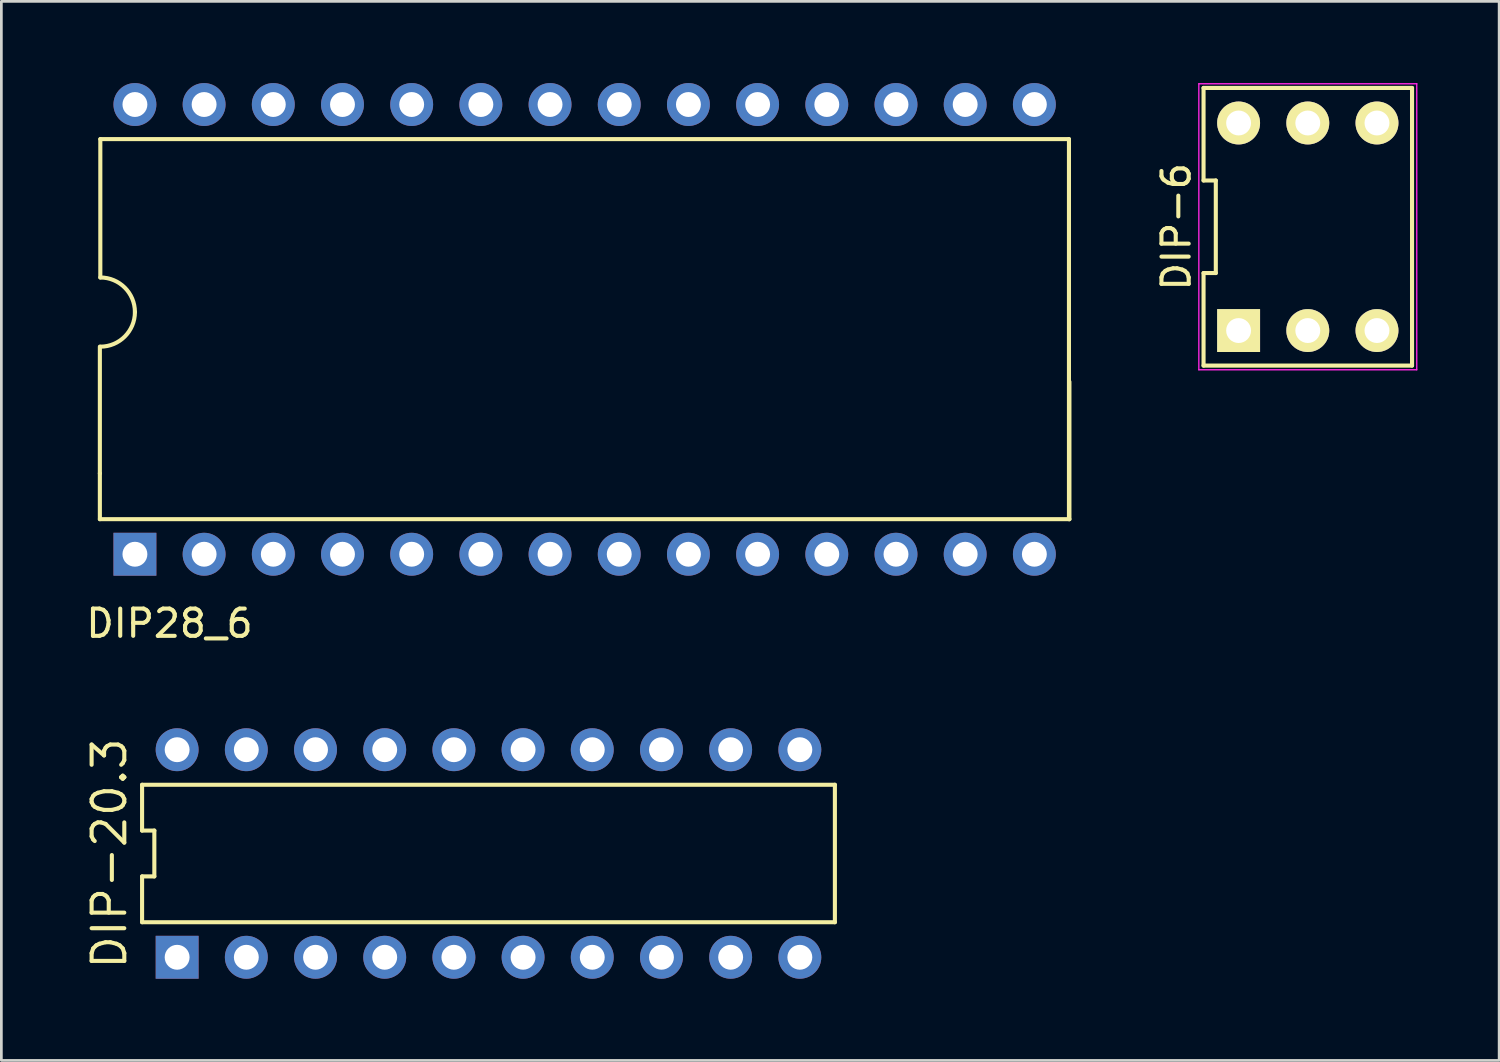
<source format=kicad_pcb>
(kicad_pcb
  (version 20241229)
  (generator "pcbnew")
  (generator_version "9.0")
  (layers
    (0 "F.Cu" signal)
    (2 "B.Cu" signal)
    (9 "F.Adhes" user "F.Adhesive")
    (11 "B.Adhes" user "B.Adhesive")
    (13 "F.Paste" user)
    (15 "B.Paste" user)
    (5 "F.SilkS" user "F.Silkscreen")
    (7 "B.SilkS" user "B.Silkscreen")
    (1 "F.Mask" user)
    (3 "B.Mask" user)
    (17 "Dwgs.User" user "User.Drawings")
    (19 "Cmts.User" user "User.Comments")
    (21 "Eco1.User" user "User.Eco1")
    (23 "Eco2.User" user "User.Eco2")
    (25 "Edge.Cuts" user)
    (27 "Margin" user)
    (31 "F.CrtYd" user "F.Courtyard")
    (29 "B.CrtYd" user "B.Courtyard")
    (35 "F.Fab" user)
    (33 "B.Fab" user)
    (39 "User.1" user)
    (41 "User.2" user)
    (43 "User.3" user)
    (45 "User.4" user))
  (footprint "DIP28_6"
    (layer "F.Cu")
    (at 18.413 8.407)
    (property "Reference" "DIP28_6" (at -15.24 11.43 0) (layer "F.SilkS") (effects (font (size 1 1) (thickness 0.15))))
    (attr through_hole)
    (fp_line (start -17.797 5.921) (end -17.797 1.27) (stroke (width 0.15) (type solid)) (layer "F.SilkS"))
    (fp_line (start -17.797 5.921) (end -17.797 7.603) (stroke (width 0.15) (type solid)) (layer "F.SilkS"))
    (fp_line (start -17.797 7.603) (end 17.797 7.603) (stroke (width 0.15) (type solid)) (layer "F.SilkS"))
    (fp_line (start -17.78 -6.35) (end 17.78 -6.35) (stroke (width 0.15) (type solid)) (layer "F.SilkS"))
    (fp_line (start -17.78 -1.27) (end -17.78 -6.35) (stroke (width 0.15) (type solid)) (layer "F.SilkS"))
    (fp_line (start 17.78 -6.35) (end 17.78 7.603) (stroke (width 0.15) (type solid)) (layer "F.SilkS"))
    (fp_line (start 17.797 7.603) (end 17.797 2.557) (stroke (width 0.15) (type solid)) (layer "F.SilkS"))
    (fp_arc (start -17.78 -1.27) (mid -16.881974 -0.898026) (end -16.51 0) (stroke (width 0.15) (type solid)) (layer "F.SilkS"))
    (fp_arc (start -16.51 0) (mid -16.881974 0.898026) (end -17.78 1.27) (stroke (width 0.15) (type solid)) (layer "F.SilkS"))
    (pad "1" thru_hole rect (at -16.51 8.89) (size 1.575 1.575) (drill 0.914) (layers "*.Cu" "*.Mask"))
    (pad "2" thru_hole circle (at -13.97 8.89) (size 1.575 1.575) (drill 0.914) (layers "*.Cu" "*.Mask"))
    (pad "3" thru_hole circle (at -11.43 8.89) (size 1.575 1.575) (drill 0.914) (layers "*.Cu" "*.Mask"))
    (pad "4" thru_hole circle (at -8.89 8.89) (size 1.575 1.575) (drill 0.914) (layers "*.Cu" "*.Mask"))
    (pad "5" thru_hole circle (at -6.35 8.89) (size 1.575 1.575) (drill 0.914) (layers "*.Cu" "*.Mask"))
    (pad "6" thru_hole circle (at -3.81 8.89) (size 1.575 1.575) (drill 0.914) (layers "*.Cu" "*.Mask"))
    (pad "7" thru_hole circle (at -1.27 8.89) (size 1.575 1.575) (drill 0.914) (layers "*.Cu" "*.Mask"))
    (pad "8" thru_hole circle (at 1.27 8.89) (size 1.575 1.575) (drill 0.914) (layers "*.Cu" "*.Mask"))
    (pad "9" thru_hole circle (at 3.81 8.89) (size 1.575 1.575) (drill 0.914) (layers "*.Cu" "*.Mask"))
    (pad "10" thru_hole circle (at 6.35 8.89) (size 1.575 1.575) (drill 0.914) (layers "*.Cu" "*.Mask"))
    (pad "11" thru_hole circle (at 8.89 8.89) (size 1.575 1.575) (drill 0.914) (layers "*.Cu" "*.Mask"))
    (pad "12" thru_hole circle (at 11.43 8.89) (size 1.575 1.575) (drill 0.914) (layers "*.Cu" "*.Mask"))
    (pad "13" thru_hole circle (at 13.97 8.89) (size 1.575 1.575) (drill 0.914) (layers "*.Cu" "*.Mask"))
    (pad "14" thru_hole circle (at 16.51 8.89) (size 1.575 1.575) (drill 0.914) (layers "*.Cu" "*.Mask"))
    (pad "15" thru_hole circle (at 16.51 -7.62) (size 1.575 1.575) (drill 0.914) (layers "*.Cu" "*.Mask"))
    (pad "16" thru_hole circle (at 13.97 -7.62) (size 1.575 1.575) (drill 0.914) (layers "*.Cu" "*.Mask"))
    (pad "17" thru_hole circle (at 11.43 -7.62) (size 1.575 1.575) (drill 0.914) (layers "*.Cu" "*.Mask"))
    (pad "18" thru_hole circle (at 8.89 -7.62) (size 1.575 1.575) (drill 0.914) (layers "*.Cu" "*.Mask"))
    (pad "19" thru_hole circle (at 6.35 -7.62) (size 1.575 1.575) (drill 0.914) (layers "*.Cu" "*.Mask"))
    (pad "20" thru_hole circle (at 3.81 -7.62) (size 1.575 1.575) (drill 0.914) (layers "*.Cu" "*.Mask"))
    (pad "21" thru_hole circle (at 1.27 -7.62) (size 1.575 1.575) (drill 0.914) (layers "*.Cu" "*.Mask"))
    (pad "22" thru_hole circle (at -1.27 -7.62) (size 1.575 1.575) (drill 0.914) (layers "*.Cu" "*.Mask"))
    (pad "23" thru_hole circle (at -3.81 -7.62) (size 1.575 1.575) (drill 0.914) (layers "*.Cu" "*.Mask"))
    (pad "24" thru_hole circle (at -6.35 -7.62) (size 1.575 1.575) (drill 0.914) (layers "*.Cu" "*.Mask"))
    (pad "25" thru_hole circle (at -8.89 -7.62) (size 1.575 1.575) (drill 0.914) (layers "*.Cu" "*.Mask"))
    (pad "26" thru_hole circle (at -11.43 -7.62) (size 1.575 1.575) (drill 0.914) (layers "*.Cu" "*.Mask"))
    (pad "27" thru_hole circle (at -13.97 -7.62) (size 1.575 1.575) (drill 0.914) (layers "*.Cu" "*.Mask"))
    (pad "28" thru_hole circle (at -16.51 -7.62) (size 1.575 1.575) (drill 0.914) (layers "*.Cu" "*.Mask")))
  (footprint "DIP-6"
    (layer "F.Cu")
    (at 44.961 5.275)
    (property "Reference" "DIP-6" (at -4.827 0 90) (layer "F.SilkS") (effects (font (size 1 1) (thickness 0.15))))
    (attr through_hole)
    (fp_line (start -3.827 -1.699) (end -3.377 -1.699) (stroke (width 0.15) (type solid)) (layer "F.SilkS"))
    (fp_line (start -3.827 1.699) (end -3.827 5.097) (stroke (width 0.15) (type solid)) (layer "F.SilkS"))
    (fp_line (start -3.827 5.097) (end 3.827 5.097) (stroke (width 0.15) (type solid)) (layer "F.SilkS"))
    (fp_line (start -3.827 -5.097) (end -3.827 -1.699) (stroke (width 0.15) (type solid)) (layer "F.SilkS"))
    (fp_line (start -3.377 -1.699) (end -3.377 1.699) (stroke (width 0.15) (type solid)) (layer "F.SilkS"))
    (fp_line (start -3.377 1.699) (end -3.827 1.699) (stroke (width 0.15) (type solid)) (layer "F.SilkS"))
    (fp_line (start 3.827 5.097) (end 3.827 -5.097) (stroke (width 0.15) (type solid)) (layer "F.SilkS"))
    (fp_line (start 3.827 -5.097) (end -3.827 -5.097) (stroke (width 0.15) (type solid)) (layer "F.SilkS"))
    (fp_line (start -4 -5.25) (end 4 -5.25) (stroke (width 0.05) (type solid)) (layer "F.CrtYd"))
    (fp_line (start -4 5.25) (end -4 -5.25) (stroke (width 0.05) (type solid)) (layer "F.CrtYd"))
    (fp_line (start 4 -5.25) (end 4 5.25) (stroke (width 0.05) (type solid)) (layer "F.CrtYd"))
    (fp_line (start 4 5.25) (end -4 5.25) (stroke (width 0.05) (type solid)) (layer "F.CrtYd"))
    (pad "1" thru_hole rect (at -2.54 3.81) (size 1.575 1.575) (drill 0.914) (layers "*.Cu" "*.Mask" "F.SilkS"))
    (pad "2" thru_hole circle (at 0 3.81) (size 1.575 1.575) (drill 0.914) (layers "*.Cu" "*.Mask" "F.SilkS"))
    (pad "3" thru_hole circle (at 2.54 3.81) (size 1.575 1.575) (drill 0.914) (layers "*.Cu" "*.Mask" "F.SilkS"))
    (pad "4" thru_hole circle (at 2.54 -3.81) (size 1.575 1.575) (drill 0.914) (layers "*.Cu" "*.Mask" "F.SilkS"))
    (pad "5" thru_hole circle (at 0 -3.81) (size 1.575 1.575) (drill 0.914) (layers "*.Cu" "*.Mask" "F.SilkS"))
    (pad "6" thru_hole circle (at -2.54 -3.81) (size 1.575 1.575) (drill 0.914) (layers "*.Cu" "*.Mask" "F.SilkS")))
  (footprint "DIP-20.3"
    (layer "F.Cu")
    (at 14.883 28.283)
    (property "Reference" "DIP-20.3" (at -13.917 0 90) (layer "F.SilkS") (effects (font (size 1.2 1.2) (thickness 0.15))))
    (attr through_hole)
    (fp_line (start -12.717 -2.523) (end -12.717 -0.841) (stroke (width 0.15) (type solid)) (layer "F.SilkS"))
    (fp_line (start -12.717 -0.841) (end -12.267 -0.841) (stroke (width 0.15) (type solid)) (layer "F.SilkS"))
    (fp_line (start -12.717 0.841) (end -12.717 2.523) (stroke (width 0.15) (type solid)) (layer "F.SilkS"))
    (fp_line (start -12.717 2.523) (end 12.717 2.523) (stroke (width 0.15) (type solid)) (layer "F.SilkS"))
    (fp_line (start -12.267 -0.841) (end -12.267 0.841) (stroke (width 0.15) (type solid)) (layer "F.SilkS"))
    (fp_line (start -12.267 0.841) (end -12.717 0.841) (stroke (width 0.15) (type solid)) (layer "F.SilkS"))
    (fp_line (start 12.717 -2.523) (end -12.717 -2.523) (stroke (width 0.15) (type solid)) (layer "F.SilkS"))
    (fp_line (start 12.717 2.523) (end 12.717 -2.523) (stroke (width 0.15) (type solid)) (layer "F.SilkS"))
    (pad "1" thru_hole rect (at -11.43 3.81) (size 1.575 1.575) (drill 0.914) (layers "*.Cu" "*.Mask"))
    (pad "2" thru_hole circle (at -8.89 3.81) (size 1.575 1.575) (drill 0.914) (layers "*.Cu" "*.Mask"))
    (pad "3" thru_hole circle (at -6.35 3.81) (size 1.575 1.575) (drill 0.914) (layers "*.Cu" "*.Mask"))
    (pad "4" thru_hole circle (at -3.81 3.81) (size 1.575 1.575) (drill 0.914) (layers "*.Cu" "*.Mask"))
    (pad "5" thru_hole circle (at -1.27 3.81) (size 1.575 1.575) (drill 0.914) (layers "*.Cu" "*.Mask"))
    (pad "6" thru_hole circle (at 1.27 3.81) (size 1.575 1.575) (drill 0.914) (layers "*.Cu" "*.Mask"))
    (pad "7" thru_hole circle (at 3.81 3.81) (size 1.575 1.575) (drill 0.914) (layers "*.Cu" "*.Mask"))
    (pad "8" thru_hole circle (at 6.35 3.81) (size 1.575 1.575) (drill 0.914) (layers "*.Cu" "*.Mask"))
    (pad "9" thru_hole circle (at 8.89 3.81) (size 1.575 1.575) (drill 0.914) (layers "*.Cu" "*.Mask"))
    (pad "10" thru_hole circle (at 11.43 3.81) (size 1.575 1.575) (drill 0.914) (layers "*.Cu" "*.Mask"))
    (pad "11" thru_hole circle (at 11.43 -3.81) (size 1.575 1.575) (drill 0.914) (layers "*.Cu" "*.Mask"))
    (pad "12" thru_hole circle (at 8.89 -3.81) (size 1.575 1.575) (drill 0.914) (layers "*.Cu" "*.Mask"))
    (pad "13" thru_hole circle (at 6.35 -3.81) (size 1.575 1.575) (drill 0.914) (layers "*.Cu" "*.Mask"))
    (pad "14" thru_hole circle (at 3.81 -3.81) (size 1.575 1.575) (drill 0.914) (layers "*.Cu" "*.Mask"))
    (pad "15" thru_hole circle (at 1.27 -3.81) (size 1.575 1.575) (drill 0.914) (layers "*.Cu" "*.Mask"))
    (pad "16" thru_hole circle (at -1.27 -3.81) (size 1.575 1.575) (drill 0.914) (layers "*.Cu" "*.Mask"))
    (pad "17" thru_hole circle (at -3.81 -3.81) (size 1.575 1.575) (drill 0.914) (layers "*.Cu" "*.Mask"))
    (pad "18" thru_hole circle (at -6.35 -3.81) (size 1.575 1.575) (drill 0.914) (layers "*.Cu" "*.Mask"))
    (pad "19" thru_hole circle (at -8.89 -3.81) (size 1.575 1.575) (drill 0.914) (layers "*.Cu" "*.Mask"))
    (pad "20" thru_hole circle (at -11.43 -3.81) (size 1.575 1.575) (drill 0.914) (layers "*.Cu" "*.Mask")))
  (gr_rect
    (start -3 -3)
    (end 51.986 35.88)
    (stroke (width 0.1) (type default))
    (fill no)
    (layer "Edge.Cuts")))
</source>
